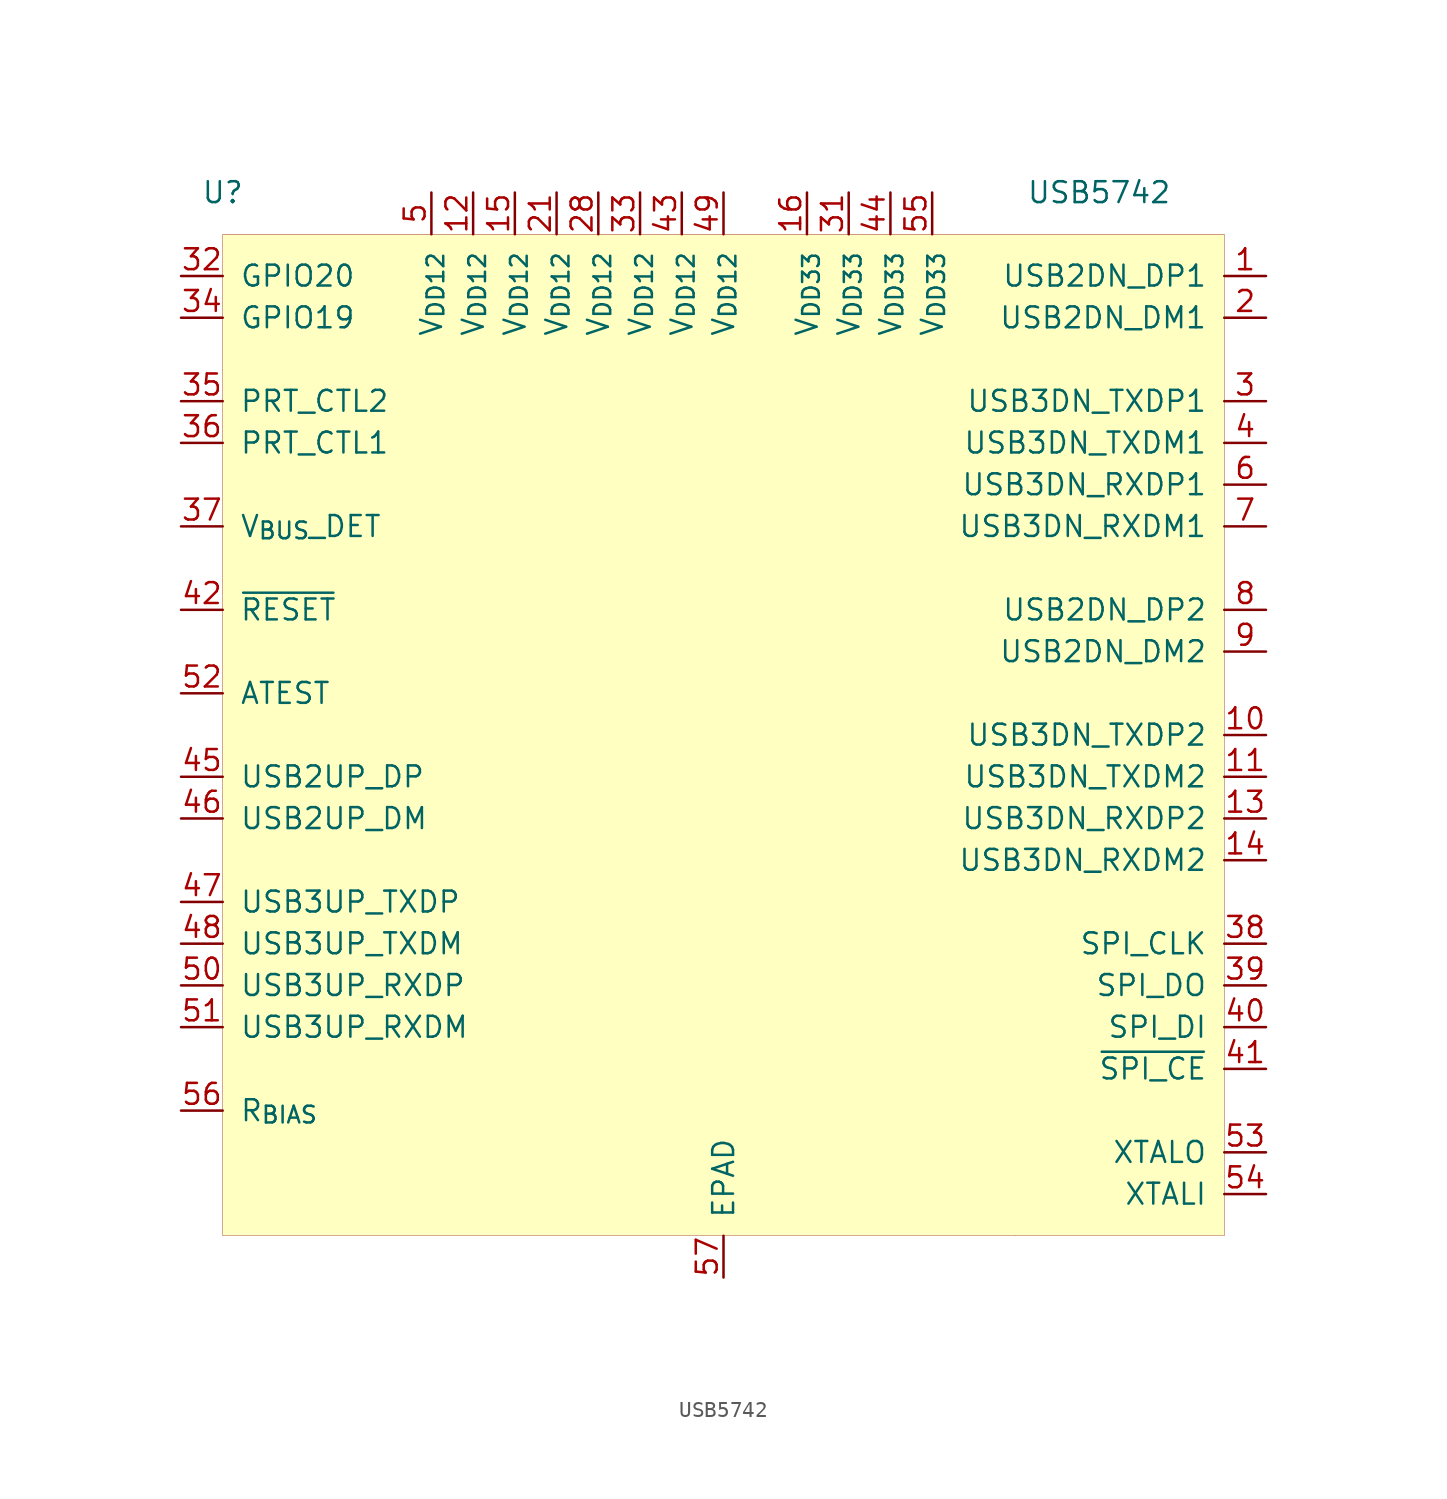
<source format=kicad_sym>
(kicad_symbol_lib
  (version 20220914)
  (generator kicad_symbol_editor)
  (symbol "USB5742"
    (pin_names
      (offset 1.016))
    (property "Reference" "U"
      (at -30.48 33.02 0)
      (effects (font (size 1.27 1.27))))
    (property "Value" "USB5742"
      (at 22.86 33.02 0)
      (effects (font (size 1.27 1.27))))
    (symbol "USB5742_0_0"
      (pin bidirectional line (at 33.02 27.94 180) (length 2.54) (name "USB2DN_DP1" (effects (font (size 1.27 1.27)))) (number "1" (effects (font (size 1.27 1.27)))))
      (pin output line (at 33.02 0 180) (length 2.54) (name "USB3DN_TXDP2" (effects (font (size 1.27 1.27)))) (number "10" (effects (font (size 1.27 1.27)))))
      (pin output line (at 33.02 -2.54 180) (length 2.54) (name "USB3DN_TXDM2" (effects (font (size 1.27 1.27)))) (number "11" (effects (font (size 1.27 1.27)))))
      (pin power_in line (at -15.24 33.02 270) (length 2.54) (name "V_{DD12}" (effects (font (size 1.27 1.27)))) (number "12" (effects (font (size 1.27 1.27)))))
      (pin input line (at 33.02 -5.08 180) (length 2.54) (name "USB3DN_RXDP2" (effects (font (size 1.27 1.27)))) (number "13" (effects (font (size 1.27 1.27)))))
      (pin input line (at 33.02 -7.62 180) (length 2.54) (name "USB3DN_RXDM2" (effects (font (size 1.27 1.27)))) (number "14" (effects (font (size 1.27 1.27)))))
      (pin power_in line (at -12.7 33.02 270) (length 2.54) (name "V_{DD12}" (effects (font (size 1.27 1.27)))) (number "15" (effects (font (size 1.27 1.27)))))
      (pin power_in line (at 5.08 33.02 270) (length 2.54) (name "V_{DD33}" (effects (font (size 1.27 1.27)))) (number "16" (effects (font (size 1.27 1.27)))))
      (pin bidirectional line (at 33.02 25.4 180) (length 2.54) (name "USB2DN_DM1" (effects (font (size 1.27 1.27)))) (number "2" (effects (font (size 1.27 1.27)))))
      (pin power_in line (at -10.16 33.02 270) (length 2.54) (name "V_{DD12}" (effects (font (size 1.27 1.27)))) (number "21" (effects (font (size 1.27 1.27)))))
      (pin power_in line (at -7.62 33.02 270) (length 2.54) (name "V_{DD12}" (effects (font (size 1.27 1.27)))) (number "28" (effects (font (size 1.27 1.27)))))
      (pin output line (at 33.02 20.32 180) (length 2.54) (name "USB3DN_TXDP1" (effects (font (size 1.27 1.27)))) (number "3" (effects (font (size 1.27 1.27)))))
      (pin power_in line (at 7.62 33.02 270) (length 2.54) (name "V_{DD33}" (effects (font (size 1.27 1.27)))) (number "31" (effects (font (size 1.27 1.27)))))
      (pin bidirectional line (at -33.02 27.94 0) (length 2.54) (name "GPIO20" (effects (font (size 1.27 1.27)))) (number "32" (effects (font (size 1.27 1.27)))))
      (pin power_in line (at -5.08 33.02 270) (length 2.54) (name "V_{DD12}" (effects (font (size 1.27 1.27)))) (number "33" (effects (font (size 1.27 1.27)))))
      (pin bidirectional line (at -33.02 25.4 0) (length 2.54) (name "GPIO19" (effects (font (size 1.27 1.27)))) (number "34" (effects (font (size 1.27 1.27)))))
      (pin input line (at -33.02 20.32 0) (length 2.54) (name "PRT_CTL2" (effects (font (size 1.27 1.27)))) (number "35" (effects (font (size 1.27 1.27)))))
      (pin input line (at -33.02 17.78 0) (length 2.54) (name "PRT_CTL1" (effects (font (size 1.27 1.27)))) (number "36" (effects (font (size 1.27 1.27)))))
      (pin input line (at -33.02 12.7 0) (length 2.54) (name "V_{BUS}_DET" (effects (font (size 1.27 1.27)))) (number "37" (effects (font (size 1.27 1.27)))))
      (pin output line (at 33.02 -12.7 180) (length 2.54) (name "SPI_CLK" (effects (font (size 1.27 1.27)))) (number "38" (effects (font (size 1.27 1.27)))))
      (pin output line (at 33.02 -15.24 180) (length 2.54) (name "SPI_DO" (effects (font (size 1.27 1.27)))) (number "39" (effects (font (size 1.27 1.27)))))
      (pin output line (at 33.02 17.78 180) (length 2.54) (name "USB3DN_TXDM1" (effects (font (size 1.27 1.27)))) (number "4" (effects (font (size 1.27 1.27)))))
      (pin input line (at 33.02 -17.78 180) (length 2.54) (name "SPI_DI" (effects (font (size 1.27 1.27)))) (number "40" (effects (font (size 1.27 1.27)))))
      (pin output line (at 33.02 -20.32 180) (length 2.54) (name "~{SPI_CE}" (effects (font (size 1.27 1.27)))) (number "41" (effects (font (size 1.27 1.27)))))
      (pin input line (at -33.02 7.62 0) (length 2.54) (name "~{RESET}" (effects (font (size 1.27 1.27)))) (number "42" (effects (font (size 1.27 1.27)))))
      (pin power_in line (at -2.54 33.02 270) (length 2.54) (name "V_{DD12}" (effects (font (size 1.27 1.27)))) (number "43" (effects (font (size 1.27 1.27)))))
      (pin power_in line (at 10.16 33.02 270) (length 2.54) (name "V_{DD33}" (effects (font (size 1.27 1.27)))) (number "44" (effects (font (size 1.27 1.27)))))
      (pin bidirectional line (at -33.02 -2.54 0) (length 2.54) (name "USB2UP_DP" (effects (font (size 1.27 1.27)))) (number "45" (effects (font (size 1.27 1.27)))))
      (pin bidirectional line (at -33.02 -5.08 0) (length 2.54) (name "USB2UP_DM" (effects (font (size 1.27 1.27)))) (number "46" (effects (font (size 1.27 1.27)))))
      (pin output line (at -33.02 -10.16 0) (length 2.54) (name "USB3UP_TXDP" (effects (font (size 1.27 1.27)))) (number "47" (effects (font (size 1.27 1.27)))))
      (pin output line (at -33.02 -12.7 0) (length 2.54) (name "USB3UP_TXDM" (effects (font (size 1.27 1.27)))) (number "48" (effects (font (size 1.27 1.27)))))
      (pin power_in line (at 0 33.02 270) (length 2.54) (name "V_{DD12}" (effects (font (size 1.27 1.27)))) (number "49" (effects (font (size 1.27 1.27)))))
      (pin power_in line (at -17.78 33.02 270) (length 2.54) (name "V_{DD12}" (effects (font (size 1.27 1.27)))) (number "5" (effects (font (size 1.27 1.27)))))
      (pin input line (at -33.02 -15.24 0) (length 2.54) (name "USB3UP_RXDP" (effects (font (size 1.27 1.27)))) (number "50" (effects (font (size 1.27 1.27)))))
      (pin input line (at -33.02 -17.78 0) (length 2.54) (name "USB3UP_RXDM" (effects (font (size 1.27 1.27)))) (number "51" (effects (font (size 1.27 1.27)))))
      (pin input line (at -33.02 2.54 0) (length 2.54) (name "ATEST" (effects (font (size 1.27 1.27)))) (number "52" (effects (font (size 1.27 1.27)))))
      (pin passive line (at 33.02 -25.4 180) (length 2.54) (name "XTALO" (effects (font (size 1.27 1.27)))) (number "53" (effects (font (size 1.27 1.27)))))
      (pin input line (at 33.02 -27.94 180) (length 2.54) (name "XTALI" (effects (font (size 1.27 1.27)))) (number "54" (effects (font (size 1.27 1.27)))) (alternate "CLK_IN" input line))
      (pin power_in line (at 12.7 33.02 270) (length 2.54) (name "V_{DD33}" (effects (font (size 1.27 1.27)))) (number "55" (effects (font (size 1.27 1.27)))))
      (pin passive line (at -33.02 -22.86 0) (length 2.54) (name "R_{BIAS}" (effects (font (size 1.27 1.27)))) (number "56" (effects (font (size 1.27 1.27)))))
      (pin power_in line (at 0 -33.02 90) (length 2.54) (name "EPAD" (effects (font (size 1.27 1.27)))) (number "57" (effects (font (size 1.27 1.27)))))
      (pin input line (at 33.02 15.24 180) (length 2.54) (name "USB3DN_RXDP1" (effects (font (size 1.27 1.27)))) (number "6" (effects (font (size 1.27 1.27)))))
      (pin input line (at 33.02 12.7 180) (length 2.54) (name "USB3DN_RXDM1" (effects (font (size 1.27 1.27)))) (number "7" (effects (font (size 1.27 1.27)))))
      (pin bidirectional line (at 33.02 7.62 180) (length 2.54) (name "USB2DN_DP2" (effects (font (size 1.27 1.27)))) (number "8" (effects (font (size 1.27 1.27)))))
      (pin bidirectional line (at 33.02 5.08 180) (length 2.54) (name "USB2DN_DM2" (effects (font (size 1.27 1.27)))) (number "9" (effects (font (size 1.27 1.27))))))
    (symbol "USB5742_0_1"
      (rectangle (start -30.48 30.48) (end 30.48 -30.48) (stroke (width 0.001) (type default)) (fill (type background)))
      (rectangle (start 17.78 -30.48) (end 17.78 -30.48) (stroke (width 0.001) (type default)) (fill (type none))))))
</source>
